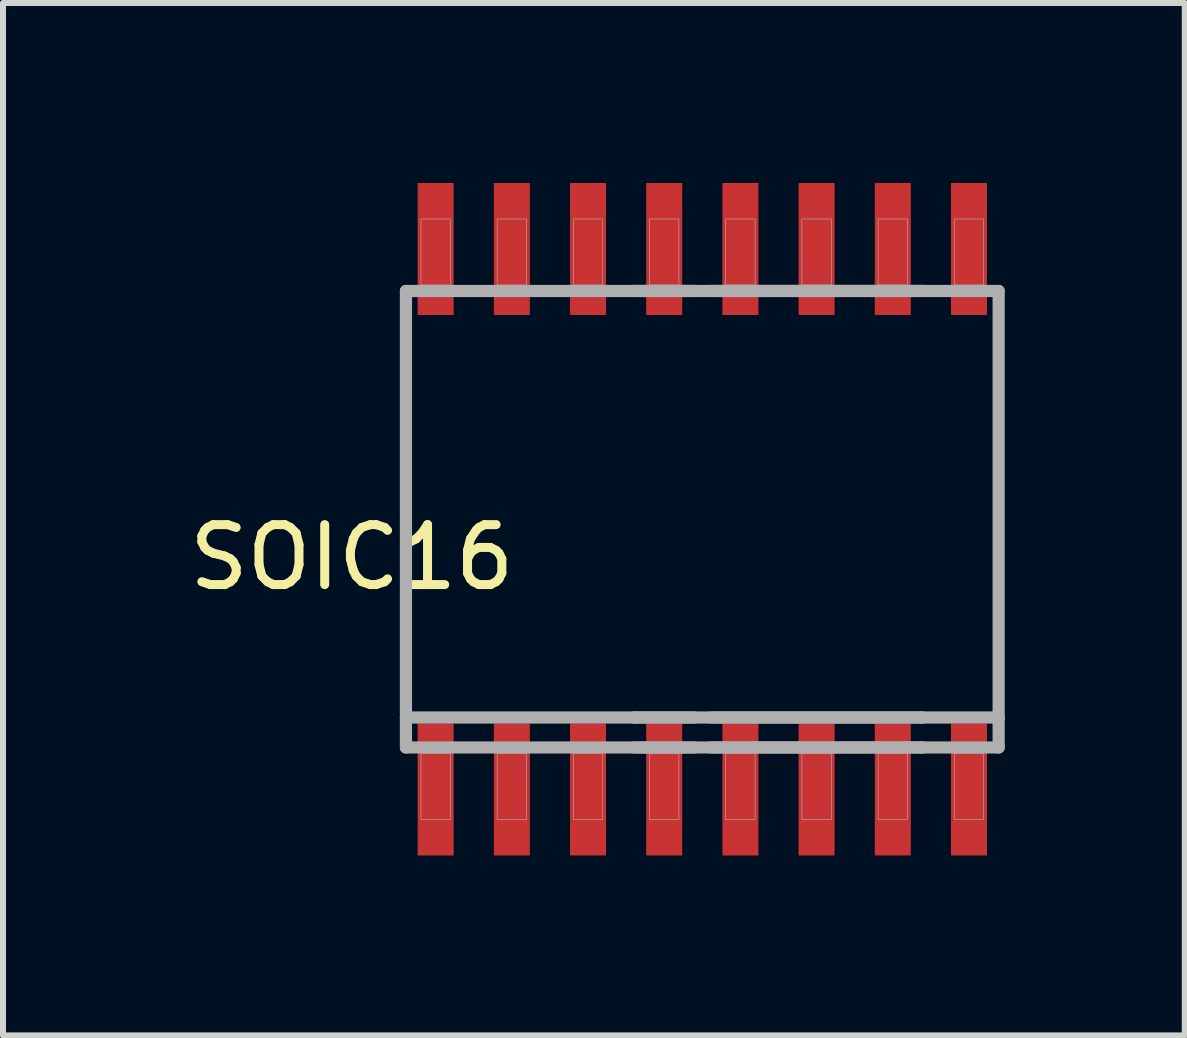
<source format=kicad_pcb>
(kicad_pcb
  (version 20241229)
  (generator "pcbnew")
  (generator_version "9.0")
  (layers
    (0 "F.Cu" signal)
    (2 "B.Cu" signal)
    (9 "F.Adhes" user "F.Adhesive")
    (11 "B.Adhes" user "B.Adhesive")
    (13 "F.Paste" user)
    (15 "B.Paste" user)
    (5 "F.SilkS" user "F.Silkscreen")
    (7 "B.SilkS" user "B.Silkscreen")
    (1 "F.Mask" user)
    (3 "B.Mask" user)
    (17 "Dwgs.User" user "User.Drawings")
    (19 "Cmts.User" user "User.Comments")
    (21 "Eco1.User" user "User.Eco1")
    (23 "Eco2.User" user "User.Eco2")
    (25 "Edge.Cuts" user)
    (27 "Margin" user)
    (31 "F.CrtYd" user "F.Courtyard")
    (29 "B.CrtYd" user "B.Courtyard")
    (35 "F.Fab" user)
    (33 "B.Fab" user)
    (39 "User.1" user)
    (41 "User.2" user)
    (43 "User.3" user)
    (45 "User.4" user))
  (footprint "SOIC16"
    (layer "F.Cu")
    (at 8.657 6.24)
    (property "Reference" "SOIC16" (at -5.842 0 180) (layer "F.SilkS") (effects (font (size 1 1) (thickness 0.15))))
    (attr smd)
    (fp_line (start -4.94 -4.44) (end -1.13 -4.44) (stroke (width 0.203) (type solid)) (layer "F.Fab"))
    (fp_line (start -4.94 2.67) (end -4.94 -4.44) (stroke (width 0.203) (type solid)) (layer "F.Fab"))
    (fp_line (start -4.94 3.17) (end -4.94 2.67) (stroke (width 0.203) (type solid)) (layer "F.Fab"))
    (fp_line (start -1.13 -4.44) (end -0.14 -4.44) (stroke (width 0.203) (type solid)) (layer "F.Fab"))
    (fp_line (start -1.13 -4.44) (end 3.67 -4.44) (stroke (width 0.203) (type solid)) (layer "F.Fab"))
    (fp_line (start -1.13 2.67) (end -4.94 2.67) (stroke (width 0.203) (type solid)) (layer "F.Fab"))
    (fp_line (start -0.14 2.67) (end -1.13 2.67) (stroke (width 0.203) (type solid)) (layer "F.Fab"))
    (fp_line (start -0.14 3.17) (end -4.94 3.17) (stroke (width 0.203) (type solid)) (layer "F.Fab"))
    (fp_line (start 0.14 -4.44) (end 3.67 -4.44) (stroke (width 0.203) (type solid)) (layer "F.Fab"))
    (fp_line (start 3.67 -4.44) (end 4.94 -4.44) (stroke (width 0.203) (type solid)) (layer "F.Fab"))
    (fp_line (start 3.67 2.67) (end -1.13 2.67) (stroke (width 0.203) (type solid)) (layer "F.Fab"))
    (fp_line (start 3.67 2.67) (end 0.14 2.67) (stroke (width 0.203) (type solid)) (layer "F.Fab"))
    (fp_line (start 3.67 3.17) (end -1.13 3.17) (stroke (width 0.203) (type solid)) (layer "F.Fab"))
    (fp_line (start 3.67 3.17) (end 0.14 3.17) (stroke (width 0.203) (type solid)) (layer "F.Fab"))
    (fp_line (start 4.94 -4.44) (end 4.94 2.67) (stroke (width 0.203) (type solid)) (layer "F.Fab"))
    (fp_line (start 4.94 2.67) (end 3.67 2.67) (stroke (width 0.203) (type solid)) (layer "F.Fab"))
    (fp_line (start 4.94 2.67) (end 4.94 3.17) (stroke (width 0.203) (type solid)) (layer "F.Fab"))
    (fp_line (start 4.94 3.17) (end 3.67 3.17) (stroke (width 0.203) (type solid)) (layer "F.Fab"))
    (fp_poly (pts (xy -4.69 -5.64) (xy -4.2 -5.64) (xy -4.2 -4.54) (xy -4.69 -4.54)) (stroke (width 0.01) (type solid)) (fill no) (layer "F.Fab"))
    (fp_poly (pts (xy -4.69 3.27) (xy -4.2 3.27) (xy -4.2 4.37) (xy -4.69 4.37)) (stroke (width 0.01) (type solid)) (fill no) (layer "F.Fab"))
    (fp_poly (pts (xy -3.42 -5.64) (xy -2.93 -5.64) (xy -2.93 -4.54) (xy -3.42 -4.54)) (stroke (width 0.01) (type solid)) (fill no) (layer "F.Fab"))
    (fp_poly (pts (xy -3.42 3.27) (xy -2.93 3.27) (xy -2.93 4.37) (xy -3.42 4.37)) (stroke (width 0.01) (type solid)) (fill no) (layer "F.Fab"))
    (fp_poly (pts (xy -2.15 -5.64) (xy -1.66 -5.64) (xy -1.66 -4.54) (xy -2.15 -4.54)) (stroke (width 0.01) (type solid)) (fill no) (layer "F.Fab"))
    (fp_poly (pts (xy -2.15 3.27) (xy -1.66 3.27) (xy -1.66 4.37) (xy -2.15 4.37)) (stroke (width 0.01) (type solid)) (fill no) (layer "F.Fab"))
    (fp_poly (pts (xy -0.88 -5.64) (xy -0.39 -5.64) (xy -0.39 -4.54) (xy -0.88 -4.54)) (stroke (width 0.01) (type solid)) (fill no) (layer "F.Fab"))
    (fp_poly (pts (xy -0.88 3.27) (xy -0.39 3.27) (xy -0.39 4.37) (xy -0.88 4.37)) (stroke (width 0.01) (type solid)) (fill no) (layer "F.Fab"))
    (fp_poly (pts (xy 0.39 -5.64) (xy 0.88 -5.64) (xy 0.88 -4.54) (xy 0.39 -4.54)) (stroke (width 0.01) (type solid)) (fill no) (layer "F.Fab"))
    (fp_poly (pts (xy 0.39 3.27) (xy 0.88 3.27) (xy 0.88 4.37) (xy 0.39 4.37)) (stroke (width 0.01) (type solid)) (fill no) (layer "F.Fab"))
    (fp_poly (pts (xy 1.66 -5.64) (xy 2.15 -5.64) (xy 2.15 -4.54) (xy 1.66 -4.54)) (stroke (width 0.01) (type solid)) (fill no) (layer "F.Fab"))
    (fp_poly (pts (xy 1.66 3.27) (xy 2.15 3.27) (xy 2.15 4.37) (xy 1.66 4.37)) (stroke (width 0.01) (type solid)) (fill no) (layer "F.Fab"))
    (fp_poly (pts (xy 2.93 -5.64) (xy 3.42 -5.64) (xy 3.42 -4.54) (xy 2.93 -4.54)) (stroke (width 0.01) (type solid)) (fill no) (layer "F.Fab"))
    (fp_poly (pts (xy 2.93 3.27) (xy 3.42 3.27) (xy 3.42 4.37) (xy 2.93 4.37)) (stroke (width 0.01) (type solid)) (fill no) (layer "F.Fab"))
    (fp_poly (pts (xy 4.2 -5.64) (xy 4.69 -5.64) (xy 4.69 -4.54) (xy 4.2 -4.54)) (stroke (width 0.01) (type solid)) (fill no) (layer "F.Fab"))
    (fp_poly (pts (xy 4.2 3.27) (xy 4.69 3.27) (xy 4.69 4.37) (xy 4.2 4.37)) (stroke (width 0.01) (type solid)) (fill no) (layer "F.Fab"))
    (pad "1" smd rect (at -4.445 3.87) (size 0.6 2.2) (layers "F.Cu" "F.Mask" "F.Paste"))
    (pad "2" smd rect (at -3.175 3.87) (size 0.6 2.2) (layers "F.Cu" "F.Mask" "F.Paste"))
    (pad "3" smd rect (at -1.905 3.87) (size 0.6 2.2) (layers "F.Cu" "F.Mask" "F.Paste"))
    (pad "4" smd rect (at -0.635 3.87) (size 0.6 2.2) (layers "F.Cu" "F.Mask" "F.Paste"))
    (pad "5" smd rect (at 0.635 3.87) (size 0.6 2.2) (layers "F.Cu" "F.Mask" "F.Paste"))
    (pad "6" smd rect (at 1.905 3.87) (size 0.6 2.2) (layers "F.Cu" "F.Mask" "F.Paste"))
    (pad "7" smd rect (at 3.175 3.87) (size 0.6 2.2) (layers "F.Cu" "F.Mask" "F.Paste"))
    (pad "8" smd rect (at 4.445 3.87) (size 0.6 2.2) (layers "F.Cu" "F.Mask" "F.Paste"))
    (pad "9" smd rect (at 4.445 -5.14) (size 0.6 2.2) (layers "F.Cu" "F.Mask" "F.Paste"))
    (pad "10" smd rect (at 3.175 -5.14) (size 0.6 2.2) (layers "F.Cu" "F.Mask" "F.Paste"))
    (pad "11" smd rect (at 1.905 -5.14) (size 0.6 2.2) (layers "F.Cu" "F.Mask" "F.Paste"))
    (pad "12" smd rect (at 0.635 -5.14) (size 0.6 2.2) (layers "F.Cu" "F.Mask" "F.Paste"))
    (pad "13" smd rect (at -0.635 -5.14) (size 0.6 2.2) (layers "F.Cu" "F.Mask" "F.Paste"))
    (pad "14" smd rect (at -1.905 -5.14) (size 0.6 2.2) (layers "F.Cu" "F.Mask" "F.Paste"))
    (pad "15" smd rect (at -3.175 -5.14) (size 0.6 2.2) (layers "F.Cu" "F.Mask" "F.Paste"))
    (pad "16" smd rect (at -4.445 -5.14) (size 0.6 2.2) (layers "F.Cu" "F.Mask" "F.Paste")))
  (gr_rect
    (start -3 -3)
    (end 16.699 14.21)
    (stroke (width 0.1) (type default))
    (fill no)
    (layer "Edge.Cuts")))
</source>
